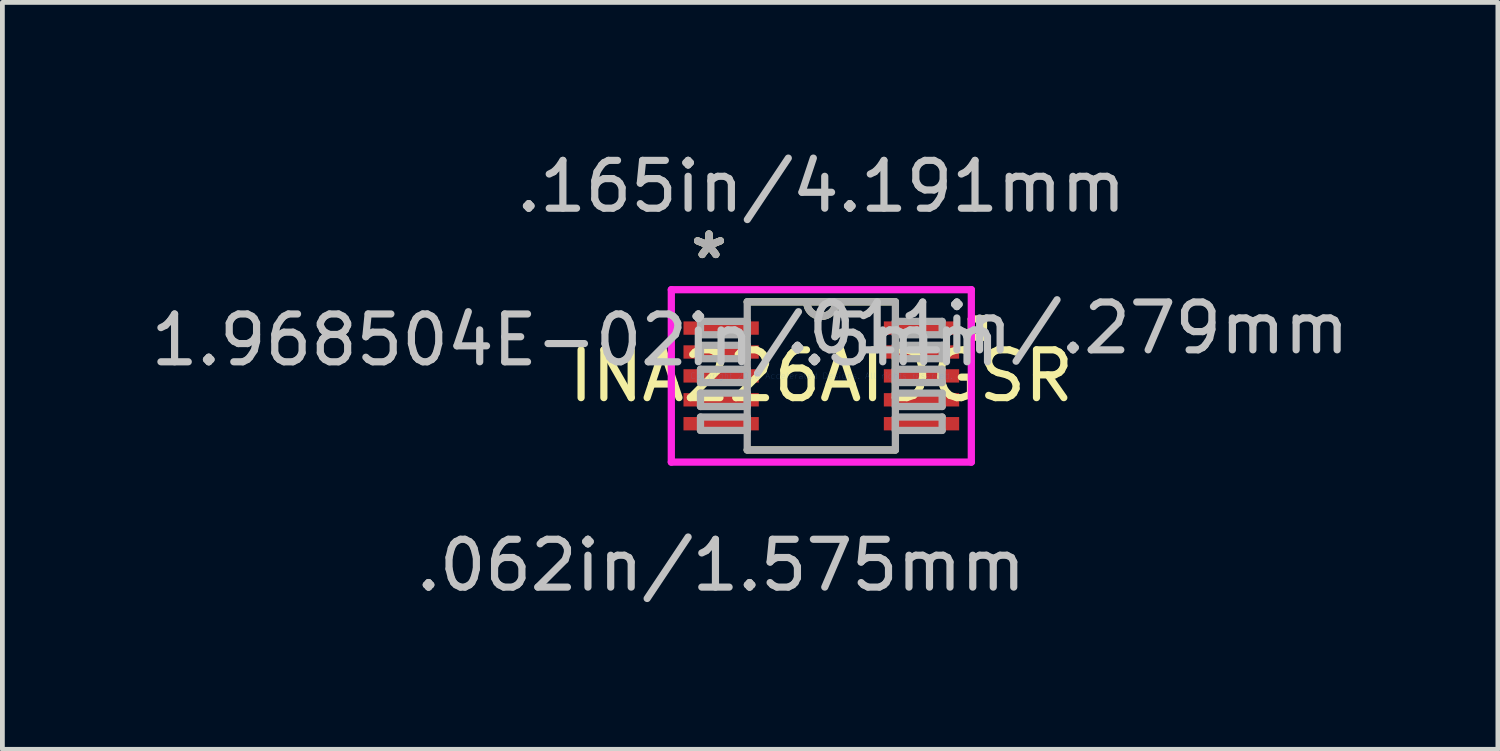
<source format=kicad_pcb>
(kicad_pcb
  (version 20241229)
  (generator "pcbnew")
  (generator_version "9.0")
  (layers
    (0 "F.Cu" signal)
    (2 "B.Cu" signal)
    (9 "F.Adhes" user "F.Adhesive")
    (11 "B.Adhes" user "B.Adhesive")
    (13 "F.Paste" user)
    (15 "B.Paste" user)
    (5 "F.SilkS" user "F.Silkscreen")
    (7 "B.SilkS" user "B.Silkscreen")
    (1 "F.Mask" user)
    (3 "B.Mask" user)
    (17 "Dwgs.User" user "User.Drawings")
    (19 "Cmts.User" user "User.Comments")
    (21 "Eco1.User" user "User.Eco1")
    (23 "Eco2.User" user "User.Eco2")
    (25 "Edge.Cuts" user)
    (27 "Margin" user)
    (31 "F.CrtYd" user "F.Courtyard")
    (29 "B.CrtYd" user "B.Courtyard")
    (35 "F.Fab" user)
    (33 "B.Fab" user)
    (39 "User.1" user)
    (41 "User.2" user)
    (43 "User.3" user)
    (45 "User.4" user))
  (footprint "INA226AIDGSR"
    (layer "F.Cu")
    (at 14.126 4.811)
    (property "Reference" "INA226AIDGSR" (at 0 0 0) (layer "F.SilkS") (effects (font (size 1 1) (thickness 0.15))))
    (attr through_hole)
    (fp_line (start -1.549 1.549) (end 1.549 1.549) (stroke (width 0.152) (type solid)) (layer "F.SilkS"))
    (fp_line (start 1.549 -1.549) (end -1.549 -1.549) (stroke (width 0.152) (type solid)) (layer "F.SilkS"))
    (fp_line (start 3.137 -1.191) (end 3.391 -1.191) (stroke (width 0.152) (type solid)) (layer "F.SilkS"))
    (fp_line (start 3.137 -0.81) (end 3.137 -1.191) (stroke (width 0.152) (type solid)) (layer "F.SilkS"))
    (fp_line (start 3.391 -1.191) (end 3.391 -0.81) (stroke (width 0.152) (type solid)) (layer "F.SilkS"))
    (fp_line (start 3.391 -0.81) (end 3.137 -0.81) (stroke (width 0.152) (type solid)) (layer "F.SilkS"))
    (fp_arc (start 0.3048 -1.5494) (mid 0 -1.2446) (end -0.3048 -1.5494) (stroke (width 0.1524) (type solid)) (layer "F.SilkS"))
    (fp_line (start -3.137 -1.803) (end 3.137 -1.803) (stroke (width 0.152) (type solid)) (layer "F.CrtYd"))
    (fp_line (start -3.137 1.803) (end -3.137 -1.803) (stroke (width 0.152) (type solid)) (layer "F.CrtYd"))
    (fp_line (start 3.137 -1.803) (end 3.137 1.803) (stroke (width 0.152) (type solid)) (layer "F.CrtYd"))
    (fp_line (start 3.137 1.803) (end -3.137 1.803) (stroke (width 0.152) (type solid)) (layer "F.CrtYd"))
    (fp_line (start -2.527 -1.14) (end -2.527 -0.86) (stroke (width 0.152) (type solid)) (layer "F.Fab"))
    (fp_line (start -2.527 -0.86) (end -1.549 -0.86) (stroke (width 0.152) (type solid)) (layer "F.Fab"))
    (fp_line (start -2.527 -0.64) (end -2.527 -0.36) (stroke (width 0.152) (type solid)) (layer "F.Fab"))
    (fp_line (start -2.527 -0.36) (end -1.549 -0.36) (stroke (width 0.152) (type solid)) (layer "F.Fab"))
    (fp_line (start -2.527 -0.14) (end -2.527 0.14) (stroke (width 0.152) (type solid)) (layer "F.Fab"))
    (fp_line (start -2.527 0.14) (end -1.549 0.14) (stroke (width 0.152) (type solid)) (layer "F.Fab"))
    (fp_line (start -2.527 0.36) (end -2.527 0.64) (stroke (width 0.152) (type solid)) (layer "F.Fab"))
    (fp_line (start -2.527 0.64) (end -1.549 0.64) (stroke (width 0.152) (type solid)) (layer "F.Fab"))
    (fp_line (start -2.527 0.86) (end -2.527 1.14) (stroke (width 0.152) (type solid)) (layer "F.Fab"))
    (fp_line (start -2.527 1.14) (end -1.549 1.14) (stroke (width 0.152) (type solid)) (layer "F.Fab"))
    (fp_line (start -1.549 -1.549) (end -1.549 1.549) (stroke (width 0.152) (type solid)) (layer "F.Fab"))
    (fp_line (start -1.549 -1.14) (end -2.527 -1.14) (stroke (width 0.152) (type solid)) (layer "F.Fab"))
    (fp_line (start -1.549 -0.86) (end -1.549 -1.14) (stroke (width 0.152) (type solid)) (layer "F.Fab"))
    (fp_line (start -1.549 -0.64) (end -2.527 -0.64) (stroke (width 0.152) (type solid)) (layer "F.Fab"))
    (fp_line (start -1.549 -0.36) (end -1.549 -0.64) (stroke (width 0.152) (type solid)) (layer "F.Fab"))
    (fp_line (start -1.549 -0.14) (end -2.527 -0.14) (stroke (width 0.152) (type solid)) (layer "F.Fab"))
    (fp_line (start -1.549 0.14) (end -1.549 -0.14) (stroke (width 0.152) (type solid)) (layer "F.Fab"))
    (fp_line (start -1.549 0.36) (end -2.527 0.36) (stroke (width 0.152) (type solid)) (layer "F.Fab"))
    (fp_line (start -1.549 0.64) (end -1.549 0.36) (stroke (width 0.152) (type solid)) (layer "F.Fab"))
    (fp_line (start -1.549 0.86) (end -2.527 0.86) (stroke (width 0.152) (type solid)) (layer "F.Fab"))
    (fp_line (start -1.549 1.14) (end -1.549 0.86) (stroke (width 0.152) (type solid)) (layer "F.Fab"))
    (fp_line (start -1.549 1.549) (end 1.549 1.549) (stroke (width 0.152) (type solid)) (layer "F.Fab"))
    (fp_line (start 1.549 -1.549) (end -1.549 -1.549) (stroke (width 0.152) (type solid)) (layer "F.Fab"))
    (fp_line (start 1.549 -1.14) (end 1.549 -0.86) (stroke (width 0.152) (type solid)) (layer "F.Fab"))
    (fp_line (start 1.549 -0.86) (end 2.527 -0.86) (stroke (width 0.152) (type solid)) (layer "F.Fab"))
    (fp_line (start 1.549 -0.64) (end 1.549 -0.36) (stroke (width 0.152) (type solid)) (layer "F.Fab"))
    (fp_line (start 1.549 -0.36) (end 2.527 -0.36) (stroke (width 0.152) (type solid)) (layer "F.Fab"))
    (fp_line (start 1.549 -0.14) (end 1.549 0.14) (stroke (width 0.152) (type solid)) (layer "F.Fab"))
    (fp_line (start 1.549 0.14) (end 2.527 0.14) (stroke (width 0.152) (type solid)) (layer "F.Fab"))
    (fp_line (start 1.549 0.36) (end 1.549 0.64) (stroke (width 0.152) (type solid)) (layer "F.Fab"))
    (fp_line (start 1.549 0.64) (end 2.527 0.64) (stroke (width 0.152) (type solid)) (layer "F.Fab"))
    (fp_line (start 1.549 0.86) (end 1.549 1.14) (stroke (width 0.152) (type solid)) (layer "F.Fab"))
    (fp_line (start 1.549 1.14) (end 2.527 1.14) (stroke (width 0.152) (type solid)) (layer "F.Fab"))
    (fp_line (start 1.549 1.549) (end 1.549 -1.549) (stroke (width 0.152) (type solid)) (layer "F.Fab"))
    (fp_line (start 2.527 -1.14) (end 1.549 -1.14) (stroke (width 0.152) (type solid)) (layer "F.Fab"))
    (fp_line (start 2.527 -0.86) (end 2.527 -1.14) (stroke (width 0.152) (type solid)) (layer "F.Fab"))
    (fp_line (start 2.527 -0.64) (end 1.549 -0.64) (stroke (width 0.152) (type solid)) (layer "F.Fab"))
    (fp_line (start 2.527 -0.36) (end 2.527 -0.64) (stroke (width 0.152) (type solid)) (layer "F.Fab"))
    (fp_line (start 2.527 -0.14) (end 1.549 -0.14) (stroke (width 0.152) (type solid)) (layer "F.Fab"))
    (fp_line (start 2.527 0.14) (end 2.527 -0.14) (stroke (width 0.152) (type solid)) (layer "F.Fab"))
    (fp_line (start 2.527 0.36) (end 1.549 0.36) (stroke (width 0.152) (type solid)) (layer "F.Fab"))
    (fp_line (start 2.527 0.64) (end 2.527 0.36) (stroke (width 0.152) (type solid)) (layer "F.Fab"))
    (fp_line (start 2.527 0.86) (end 1.549 0.86) (stroke (width 0.152) (type solid)) (layer "F.Fab"))
    (fp_line (start 2.527 1.14) (end 2.527 0.86) (stroke (width 0.152) (type solid)) (layer "F.Fab"))
    (fp_arc (start 0.3048 -1.5494) (mid 0 -1.2446) (end -0.3048 -1.5494) (stroke (width 0.1524) (type solid)) (layer "F.Fab"))
    (fp_text user "*" (at -2.349 -2.422 0) (layer "F.SilkS") (effects (font (size 1 1) (thickness 0.15))))
    (fp_text user "*" (at -2.349 -2.422 0) (layer "F.SilkS") (effects (font (size 1 1) (thickness 0.15))))
    (fp_text user ".165in/4.191mm" (at 0 -3.962 0) (layer "Dwgs.User") (effects (font (size 1 1) (thickness 0.15))))
    (fp_text user ".011in/.279mm" (at 5.144 -1 0) (layer "Dwgs.User") (effects (font (size 1 1) (thickness 0.15))))
    (fp_text user "1.968504E-02in/.5mm" (at -5.144 -0.75 0) (layer "Dwgs.User") (effects (font (size 1 1) (thickness 0.15))))
    (fp_text user ".062in/1.575mm" (at -2.095 3.962 0) (layer "Dwgs.User") (effects (font (size 1 1) (thickness 0.15))))
    (fp_text user "Copyright 2016 Accelerated Designs. All rights reserved." (at 0 0 0) (layer "Cmts.User") (effects (font (size 0.127 0.127) (thickness 0.002))))
    (fp_text user "*" (at -2.349 -2.422 0) (layer "F.Fab") (effects (font (size 1 1) (thickness 0.15))))
    (fp_text user "*" (at -2.349 -2.422 0) (layer "F.Fab") (effects (font (size 1 1) (thickness 0.15))))
    (pad "1" smd rect (at -2.095 -1) (size 1.575 0.279) (layers "F.Cu" "F.Mask" "F.Paste"))
    (pad "2" smd rect (at -2.095 -0.5) (size 1.575 0.279) (layers "F.Cu" "F.Mask" "F.Paste"))
    (pad "3" smd rect (at -2.095 0) (size 1.575 0.279) (layers "F.Cu" "F.Mask" "F.Paste"))
    (pad "4" smd rect (at -2.095 0.5) (size 1.575 0.279) (layers "F.Cu" "F.Mask" "F.Paste"))
    (pad "5" smd rect (at -2.095 1) (size 1.575 0.279) (layers "F.Cu" "F.Mask" "F.Paste"))
    (pad "6" smd rect (at 2.095 1) (size 1.575 0.279) (layers "F.Cu" "F.Mask" "F.Paste"))
    (pad "7" smd rect (at 2.095 0.5) (size 1.575 0.279) (layers "F.Cu" "F.Mask" "F.Paste"))
    (pad "8" smd rect (at 2.095 0) (size 1.575 0.279) (layers "F.Cu" "F.Mask" "F.Paste"))
    (pad "9" smd rect (at 2.095 -0.5) (size 1.575 0.279) (layers "F.Cu" "F.Mask" "F.Paste"))
    (pad "10" smd rect (at 2.095 -1) (size 1.575 0.279) (layers "F.Cu" "F.Mask" "F.Paste")))
  (gr_rect
    (start -3 -3)
    (end 28.275 12.621)
    (stroke (width 0.1) (type default))
    (fill no)
    (layer "Edge.Cuts")))
</source>
